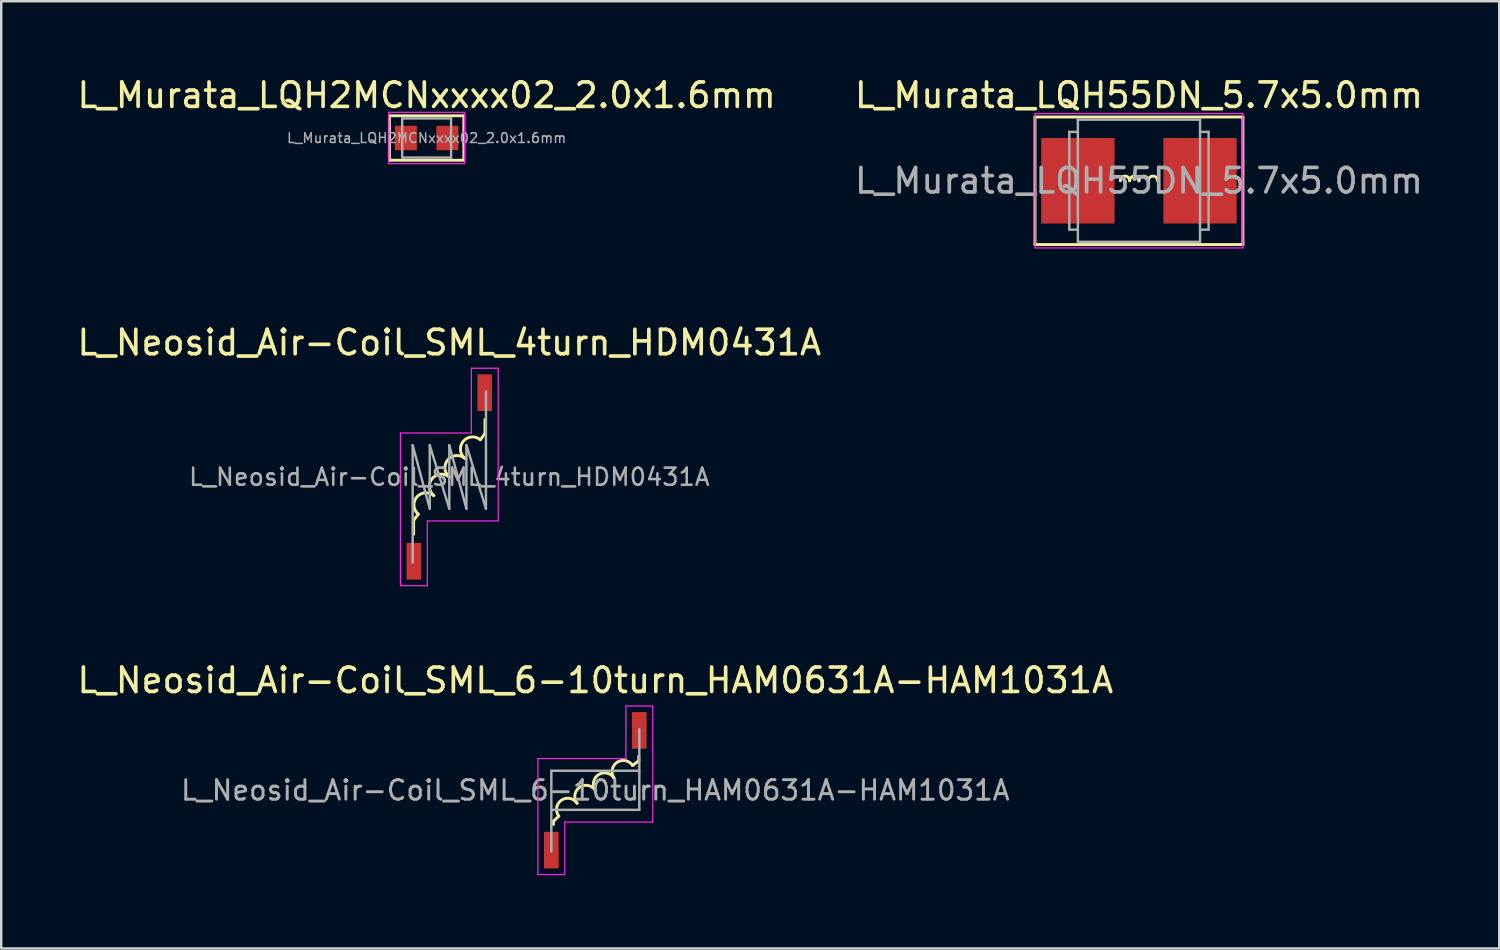
<source format=kicad_pcb>
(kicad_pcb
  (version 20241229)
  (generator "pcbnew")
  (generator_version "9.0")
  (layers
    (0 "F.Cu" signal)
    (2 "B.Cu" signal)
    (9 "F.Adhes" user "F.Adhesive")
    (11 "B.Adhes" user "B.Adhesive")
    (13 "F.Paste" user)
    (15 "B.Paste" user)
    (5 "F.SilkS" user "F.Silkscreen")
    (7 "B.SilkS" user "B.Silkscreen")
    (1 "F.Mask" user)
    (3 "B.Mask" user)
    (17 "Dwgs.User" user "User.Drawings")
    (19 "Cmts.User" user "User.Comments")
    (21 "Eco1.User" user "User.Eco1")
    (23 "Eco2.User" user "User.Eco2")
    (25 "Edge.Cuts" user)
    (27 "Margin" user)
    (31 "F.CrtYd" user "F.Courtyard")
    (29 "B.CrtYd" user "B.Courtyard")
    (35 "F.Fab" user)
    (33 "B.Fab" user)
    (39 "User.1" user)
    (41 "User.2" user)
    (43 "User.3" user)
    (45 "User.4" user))
  (footprint "L_Neosid_Air-Coil_SML_6-10turn_HAM0631A-HAM1031A"
    (layer "F.Cu")
    (at 21.315 29.295)
    (property "Reference" "L_Neosid_Air-Coil_SML_6-10turn_HAM0631A-HAM1031A" (at 0 -4.5 0) (layer "F.SilkS") (effects (font (size 1 1) (thickness 0.15))))
    (attr smd)
    (fp_line (start -1.714 1.27) (end -1.714 1.397) (stroke (width 0.12) (type solid)) (layer "F.SilkS"))
    (fp_line (start -1.495 1.057) (end -1.714 1.27) (stroke (width 0.12) (type solid)) (layer "F.SilkS"))
    (fp_line (start 1.524 -1.016) (end 1.778 -1.206) (stroke (width 0.12) (type solid)) (layer "F.SilkS"))
    (fp_line (start 1.778 -1.206) (end 1.778 -1.397) (stroke (width 0.12) (type solid)) (layer "F.SilkS"))
    (fp_arc (start -1.494644 1.057486) (mid -1.392794 0.408938) (end -0.747322 0.528743) (stroke (width 0.12) (type solid)) (layer "F.SilkS"))
    (fp_arc (start -0.747322 0.528743) (mid -0.645472 -0.119805) (end 0 0) (stroke (width 0.12) (type solid)) (layer "F.SilkS"))
    (fp_arc (start 0.014678 0.020743) (mid 0.116528 -0.627805) (end 0.762 -0.508) (stroke (width 0.12) (type solid)) (layer "F.SilkS"))
    (fp_arc (start 0.776678 -0.487257) (mid 0.878528 -1.135805) (end 1.524 -1.016) (stroke (width 0.12) (type solid)) (layer "F.SilkS"))
    (fp_line (start -2.35 -1.3) (end -2.35 3.45) (stroke (width 0.05) (type solid)) (layer "F.CrtYd"))
    (fp_line (start -2.35 3.45) (end -1.25 3.45) (stroke (width 0.05) (type solid)) (layer "F.CrtYd"))
    (fp_line (start -1.25 1.3) (end 2.35 1.3) (stroke (width 0.05) (type solid)) (layer "F.CrtYd"))
    (fp_line (start -1.25 3.45) (end -1.25 1.3) (stroke (width 0.05) (type solid)) (layer "F.CrtYd"))
    (fp_line (start 1.25 -3.45) (end 1.25 -1.3) (stroke (width 0.05) (type solid)) (layer "F.CrtYd"))
    (fp_line (start 1.25 -1.3) (end -2.35 -1.3) (stroke (width 0.05) (type solid)) (layer "F.CrtYd"))
    (fp_line (start 2.35 -3.45) (end 1.25 -3.45) (stroke (width 0.05) (type solid)) (layer "F.CrtYd"))
    (fp_line (start 2.35 1.3) (end 2.35 -3.45) (stroke (width 0.05) (type solid)) (layer "F.CrtYd"))
    (fp_line (start -1.8 -0.8) (end -1.8 2.5) (stroke (width 0.1) (type solid)) (layer "F.Fab"))
    (fp_line (start -1.8 -0.8) (end 1.8 -0.8) (stroke (width 0.1) (type solid)) (layer "F.Fab"))
    (fp_line (start 1.8 0.8) (end -1.8 0.8) (stroke (width 0.1) (type solid)) (layer "F.Fab"))
    (fp_line (start 1.8 0.8) (end 1.8 -2.5) (stroke (width 0.1) (type solid)) (layer "F.Fab"))
    (fp_text user "${REFERENCE}" (at 0 0 0) (layer "F.Fab") (effects (font (size 0.8 0.8) (thickness 0.12))))
    (pad "1" smd rect (at -1.8 2.45) (size 0.6 1.5) (layers "F.Cu" "F.Mask" "F.Paste"))
    (pad "2" smd rect (at 1.8 -2.45) (size 0.6 1.5) (layers "F.Cu" "F.Mask" "F.Paste")))
  (footprint "L_Murata_LQH55DN_5.7x5.0mm"
    (layer "F.Cu")
    (at 43.565 4.348)
    (property "Reference" "L_Murata_LQH55DN_5.7x5.0mm" (at 0 -3.5 0) (layer "F.SilkS") (effects (font (size 1 1) (thickness 0.15))))
    (attr smd)
    (fp_line (start -4.255 -2.61) (end 4.255 -2.61) (stroke (width 0.12) (type solid)) (layer "F.SilkS"))
    (fp_line (start -4.255 2.61) (end -4.255 -2.61) (stroke (width 0.12) (type solid)) (layer "F.SilkS"))
    (fp_line (start -4.255 2.61) (end 4.255 2.61) (stroke (width 0.12) (type solid)) (layer "F.SilkS"))
    (fp_line (start 4.255 -2.61) (end 4.255 2.61) (stroke (width 0.12) (type solid)) (layer "F.SilkS"))
    (fp_arc (start -0.762 0) (mid -0.5715 -0.1905) (end -0.381 0) (stroke (width 0.12) (type solid)) (layer "F.SilkS"))
    (fp_arc (start -0.381 0) (mid -0.1905 -0.1905) (end 0 0) (stroke (width 0.12) (type solid)) (layer "F.SilkS"))
    (fp_arc (start 0 0) (mid 0.1905 -0.1905) (end 0.381 0) (stroke (width 0.12) (type solid)) (layer "F.SilkS"))
    (fp_arc (start 0.381 0) (mid 0.5715 -0.1905) (end 0.762 0) (stroke (width 0.12) (type solid)) (layer "F.SilkS"))
    (fp_line (start -4.25 -2.75) (end -4.25 2.75) (stroke (width 0.05) (type solid)) (layer "F.CrtYd"))
    (fp_line (start -4.25 2.75) (end 4.25 2.75) (stroke (width 0.05) (type solid)) (layer "F.CrtYd"))
    (fp_line (start 4.25 -2.75) (end -4.25 -2.75) (stroke (width 0.05) (type solid)) (layer "F.CrtYd"))
    (fp_line (start 4.25 2.75) (end 4.25 -2.75) (stroke (width 0.05) (type solid)) (layer "F.CrtYd"))
    (fp_line (start -2.85 -2) (end -2.85 2) (stroke (width 0.1) (type solid)) (layer "F.Fab"))
    (fp_line (start -2.85 -2) (end -2.5 -2) (stroke (width 0.1) (type solid)) (layer "F.Fab"))
    (fp_line (start -2.85 2) (end -2.5 2) (stroke (width 0.1) (type solid)) (layer "F.Fab"))
    (fp_line (start -2.5 -2.5) (end -2.5 2.5) (stroke (width 0.1) (type solid)) (layer "F.Fab"))
    (fp_line (start -2.5 -2.5) (end 2.5 -2.5) (stroke (width 0.1) (type solid)) (layer "F.Fab"))
    (fp_line (start -2.5 2.5) (end 2.5 2.5) (stroke (width 0.1) (type solid)) (layer "F.Fab"))
    (fp_line (start 2.5 -2.5) (end 2.5 2.5) (stroke (width 0.1) (type solid)) (layer "F.Fab"))
    (fp_line (start 2.85 -2) (end 2.5 -2) (stroke (width 0.1) (type solid)) (layer "F.Fab"))
    (fp_line (start 2.85 -2) (end 2.85 2) (stroke (width 0.1) (type solid)) (layer "F.Fab"))
    (fp_line (start 2.85 2) (end 2.5 2) (stroke (width 0.1) (type solid)) (layer "F.Fab"))
    (fp_text user "${REFERENCE}" (at 0 0 0) (layer "F.Fab") (effects (font (size 1 1) (thickness 0.15))))
    (pad "1" smd rect (at -2.5 0) (size 3 3.5) (layers "F.Cu" "F.Mask" "F.Paste"))
    (pad "2" smd rect (at 2.5 0) (size 3 3.5) (layers "F.Cu" "F.Mask" "F.Paste")))
  (footprint "L_Neosid_Air-Coil_SML_4turn_HDM0431A"
    (layer "F.Cu")
    (at 15.339 16.471)
    (property "Reference" "L_Neosid_Air-Coil_SML_4turn_HDM0431A" (at 0 -5.5 0) (layer "F.SilkS") (effects (font (size 1 1) (thickness 0.15))))
    (attr smd)
    (fp_line (start -1.46 1.778) (end -1.46 2.349) (stroke (width 0.12) (type solid)) (layer "F.SilkS"))
    (fp_line (start -1.27 1.524) (end -1.46 1.778) (stroke (width 0.12) (type solid)) (layer "F.SilkS"))
    (fp_line (start 1.46 -1.778) (end 1.27 -1.524) (stroke (width 0.12) (type solid)) (layer "F.SilkS"))
    (fp_line (start 1.46 -1.778) (end 1.46 -2.349) (stroke (width 0.12) (type solid)) (layer "F.SilkS"))
    (fp_arc (start -1.269998 1.523998) (mid -1.333498 0.8255) (end -0.635 0.762) (stroke (width 0.12) (type solid)) (layer "F.SilkS"))
    (fp_arc (start -0.634998 0.761998) (mid -0.698498 0.0635) (end 0 0) (stroke (width 0.12) (type solid)) (layer "F.SilkS"))
    (fp_arc (start 0.000002 -0.000002) (mid -0.063498 -0.6985) (end 0.635 -0.762) (stroke (width 0.12) (type solid)) (layer "F.SilkS"))
    (fp_arc (start 0.635002 -0.762002) (mid 0.571502 -1.4605) (end 1.27 -1.524) (stroke (width 0.12) (type solid)) (layer "F.SilkS"))
    (fp_line (start -2 -1.8) (end -2 4.45) (stroke (width 0.05) (type solid)) (layer "F.CrtYd"))
    (fp_line (start -2 4.45) (end -0.9 4.45) (stroke (width 0.05) (type solid)) (layer "F.CrtYd"))
    (fp_line (start -0.9 1.8) (end 2 1.8) (stroke (width 0.05) (type solid)) (layer "F.CrtYd"))
    (fp_line (start -0.9 4.45) (end -0.9 1.8) (stroke (width 0.05) (type solid)) (layer "F.CrtYd"))
    (fp_line (start 0.9 -4.45) (end 0.9 -1.8) (stroke (width 0.05) (type solid)) (layer "F.CrtYd"))
    (fp_line (start 0.9 -1.8) (end -2 -1.8) (stroke (width 0.05) (type solid)) (layer "F.CrtYd"))
    (fp_line (start 2 -4.45) (end 0.9 -4.45) (stroke (width 0.05) (type solid)) (layer "F.CrtYd"))
    (fp_line (start 2 1.8) (end 2 -4.45) (stroke (width 0.05) (type solid)) (layer "F.CrtYd"))
    (fp_line (start -1.5 -1.3) (end -0.8 1.3) (stroke (width 0.1) (type solid)) (layer "F.Fab"))
    (fp_line (start -1.5 3.5) (end -1.5 -1.3) (stroke (width 0.1) (type solid)) (layer "F.Fab"))
    (fp_line (start -0.8 -1.3) (end 0 1.3) (stroke (width 0.1) (type solid)) (layer "F.Fab"))
    (fp_line (start -0.8 1.3) (end -0.8 -1.3) (stroke (width 0.1) (type solid)) (layer "F.Fab"))
    (fp_line (start 0 -1.3) (end 0.7 1.3) (stroke (width 0.1) (type solid)) (layer "F.Fab"))
    (fp_line (start 0 1.3) (end 0 -1.3) (stroke (width 0.1) (type solid)) (layer "F.Fab"))
    (fp_line (start 0.7 -1.3) (end 1.5 1.3) (stroke (width 0.1) (type solid)) (layer "F.Fab"))
    (fp_line (start 0.7 1.3) (end 0.7 -1.3) (stroke (width 0.1) (type solid)) (layer "F.Fab"))
    (fp_line (start 1.5 1.3) (end 1.5 -3.5) (stroke (width 0.1) (type solid)) (layer "F.Fab"))
    (fp_text user "${REFERENCE}" (at 0 0 0) (layer "F.Fab") (effects (font (size 0.7 0.7) (thickness 0.105))))
    (pad "1" smd rect (at -1.45 3.45) (size 0.6 1.5) (layers "F.Cu" "F.Mask" "F.Paste"))
    (pad "2" smd rect (at 1.45 -3.45) (size 0.6 1.5) (layers "F.Cu" "F.Mask" "F.Paste")))
  (footprint "L_Murata_LQH2MCNxxxx02_2.0x1.6mm"
    (layer "F.Cu")
    (at 14.411 2.598)
    (property "Reference" "L_Murata_LQH2MCNxxxx02_2.0x1.6mm" (at 0 -1.75 0) (layer "F.SilkS") (effects (font (size 1 1) (thickness 0.15))))
    (attr smd)
    (fp_line (start -1.524 -0.91) (end -1.524 0.91) (stroke (width 0.12) (type solid)) (layer "F.SilkS"))
    (fp_line (start -1.524 -0.91) (end 1.524 -0.91) (stroke (width 0.12) (type solid)) (layer "F.SilkS"))
    (fp_line (start 1.524 -0.91) (end 1.524 0.91) (stroke (width 0.12) (type solid)) (layer "F.SilkS"))
    (fp_line (start 1.524 0.91) (end -1.524 0.91) (stroke (width 0.12) (type solid)) (layer "F.SilkS"))
    (fp_line (start -1.55 -1.05) (end 1.55 -1.05) (stroke (width 0.05) (type solid)) (layer "F.CrtYd"))
    (fp_line (start -1.55 1.05) (end -1.55 -1.05) (stroke (width 0.05) (type solid)) (layer "F.CrtYd"))
    (fp_line (start 1.55 -1.05) (end 1.55 1.05) (stroke (width 0.05) (type solid)) (layer "F.CrtYd"))
    (fp_line (start 1.55 1.05) (end -1.55 1.05) (stroke (width 0.05) (type solid)) (layer "F.CrtYd"))
    (fp_line (start -1 -0.8) (end 1 -0.8) (stroke (width 0.1) (type solid)) (layer "F.Fab"))
    (fp_line (start -1 0.8) (end -1 -0.8) (stroke (width 0.1) (type solid)) (layer "F.Fab"))
    (fp_line (start 1 -0.8) (end 1 0.8) (stroke (width 0.1) (type solid)) (layer "F.Fab"))
    (fp_line (start 1 0.8) (end -1 0.8) (stroke (width 0.1) (type solid)) (layer "F.Fab"))
    (fp_text user "${REFERENCE}" (at 0 0 0) (layer "F.Fab") (effects (font (size 0.4 0.4) (thickness 0.06))))
    (pad "1" smd rect (at -0.85 0) (size 0.9 1) (layers "F.Cu" "F.Mask" "F.Paste"))
    (pad "2" smd rect (at 0.85 0) (size 0.9 1) (layers "F.Cu" "F.Mask" "F.Paste")))
  (gr_rect
    (start -3 -3)
    (end 58.31 35.77)
    (stroke (width 0.1) (type default))
    (fill no)
    (layer "Edge.Cuts")))
</source>
